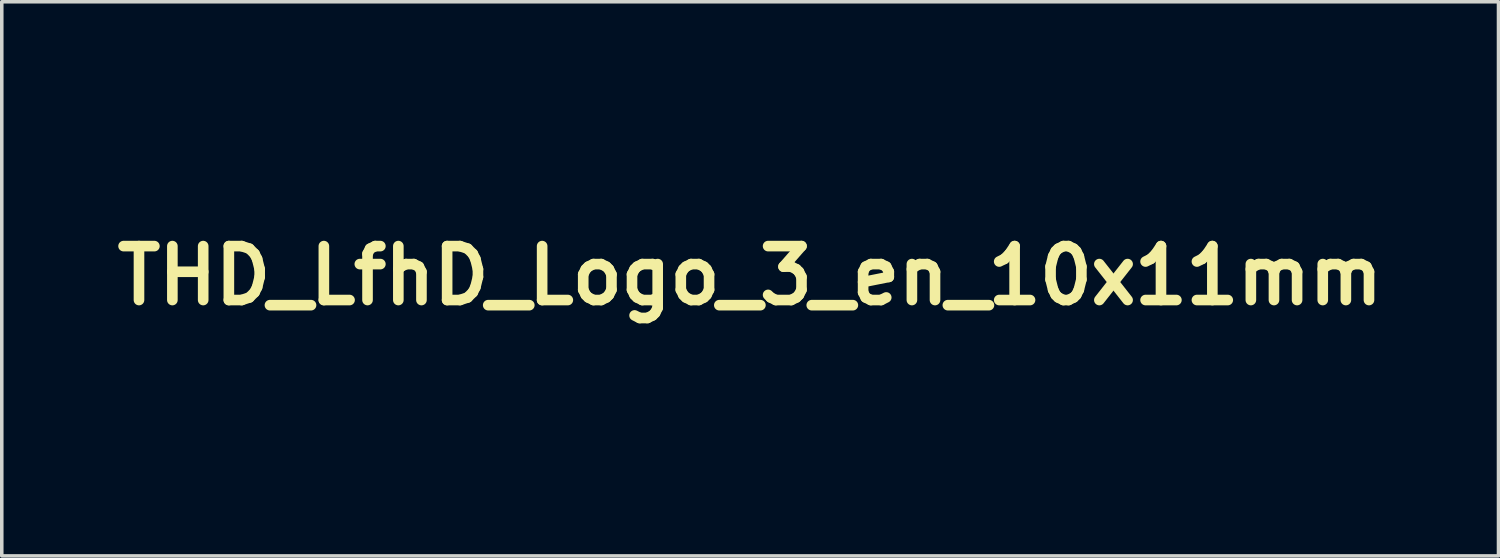
<source format=kicad_pcb>
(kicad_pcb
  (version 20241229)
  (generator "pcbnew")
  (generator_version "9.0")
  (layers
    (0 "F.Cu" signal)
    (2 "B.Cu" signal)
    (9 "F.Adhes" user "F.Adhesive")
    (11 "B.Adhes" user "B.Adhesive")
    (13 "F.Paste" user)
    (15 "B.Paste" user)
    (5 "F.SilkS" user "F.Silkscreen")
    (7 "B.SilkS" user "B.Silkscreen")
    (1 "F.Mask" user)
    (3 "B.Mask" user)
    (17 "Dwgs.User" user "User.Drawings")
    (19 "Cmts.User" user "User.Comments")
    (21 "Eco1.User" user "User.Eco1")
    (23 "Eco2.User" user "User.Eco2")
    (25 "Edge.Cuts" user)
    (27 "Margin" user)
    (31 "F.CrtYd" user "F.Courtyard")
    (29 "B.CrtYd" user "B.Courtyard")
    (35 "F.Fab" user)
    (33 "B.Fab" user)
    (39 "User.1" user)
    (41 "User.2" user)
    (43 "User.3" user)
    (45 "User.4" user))
  (footprint "THD_LfhD_Logo_3_en_10x11mm"
    (layer "F.Cu")
    (at 18.15 4.74)
    (property "Reference" "THD_LfhD_Logo_3_en_10x11mm" (at 0 0 0) (layer "F.SilkS") (effects (font (size 1.524 1.524) (thickness 0.3))))
    (attr through_hole)
    (fp_poly (pts (xy -3.437 -0.597) (xy -3.35 -0.587) (xy -3.35 0.206) (xy -3.437 0.216) (xy -3.524 0.226) (xy -3.524 -0.607) (xy -3.437 -0.597)) (stroke (width 0.01) (type solid)) (fill yes) (layer "F.Mask"))
    (fp_poly (pts (xy 0.214 -0.597) (xy 0.302 -0.587) (xy 0.311 -0.183) (xy 0.319 0.222) (xy 0.127 0.222) (xy 0.127 -0.607) (xy 0.214 -0.597)) (stroke (width 0.01) (type solid)) (fill yes) (layer "F.Mask"))
    (fp_poly (pts (xy -2.177 -0.587) (xy -2.149 -0.561) (xy -2.143 -0.513) (xy -2.139 -0.417) (xy -2.137 -0.287) (xy -2.138 -0.156) (xy -2.143 0.206) (xy -2.23 0.216) (xy -2.318 0.226) (xy -2.318 -0.603) (xy -2.242 -0.603) (xy -2.177 -0.587)) (stroke (width 0.01) (type solid)) (fill yes) (layer "F.Mask"))
    (fp_poly (pts (xy -0.423 -0.601) (xy -0.401 -0.587) (xy -0.388 -0.549) (xy -0.383 -0.476) (xy -0.381 -0.357) (xy -0.381 -0.286) (xy -0.381 0.032) (xy 0.032 0.032) (xy 0.032 0.222) (xy -0.262 0.222) (xy -0.556 0.222) (xy -0.546 -0.19) (xy -0.536 -0.603) (xy -0.459 -0.603) (xy -0.423 -0.601)) (stroke (width 0.01) (type solid)) (fill yes) (layer "F.Mask"))
    (fp_poly (pts (xy -1.333 -0.508) (xy -1.339 -0.447) (xy -1.366 -0.42) (xy -1.433 -0.413) (xy -1.46 -0.413) (xy -1.587 -0.413) (xy -1.587 0.222) (xy -1.746 0.222) (xy -1.746 -0.413) (xy -1.873 -0.413) (xy -1.955 -0.417) (xy -1.991 -0.437) (xy -2 -0.488) (xy -2 -0.508) (xy -2 -0.603) (xy -1.333 -0.603) (xy -1.333 -0.508)) (stroke (width 0.01) (type solid)) (fill yes) (layer "F.Mask"))
    (fp_poly (pts (xy 1.175 -1.905) (xy 1.17 -1.844) (xy 1.143 -1.817) (xy 1.075 -1.81) (xy 1.048 -1.81) (xy 0.921 -1.81) (xy 0.921 -1.175) (xy 0.762 -1.175) (xy 0.762 -1.81) (xy 0.635 -1.81) (xy 0.554 -1.814) (xy 0.517 -1.834) (xy 0.508 -1.885) (xy 0.508 -1.905) (xy 0.508 -2) (xy 1.175 -2) (xy 1.175 -1.905)) (stroke (width 0.01) (type solid)) (fill yes) (layer "F.Mask"))
    (fp_poly (pts (xy 1.651 -4.636) (xy 1.646 -4.574) (xy 1.619 -4.547) (xy 1.551 -4.54) (xy 1.524 -4.54) (xy 1.397 -4.54) (xy 1.397 -3.905) (xy 1.238 -3.905) (xy 1.238 -4.54) (xy 1.111 -4.54) (xy 1.03 -4.544) (xy 0.994 -4.564) (xy 0.984 -4.615) (xy 0.984 -4.636) (xy 0.984 -4.731) (xy 1.651 -4.731) (xy 1.651 -4.636)) (stroke (width 0.01) (type solid)) (fill yes) (layer "F.Mask"))
    (fp_poly (pts (xy -0.826 4.858) (xy -1.36 4.858) (xy -1.538 4.857) (xy -1.694 4.853) (xy -1.816 4.848) (xy -1.893 4.842) (xy -1.916 4.837) (xy -1.92 4.802) (xy -1.924 4.709) (xy -1.927 4.565) (xy -1.93 4.376) (xy -1.933 4.148) (xy -1.935 3.887) (xy -1.936 3.598) (xy -1.937 3.288) (xy -1.937 3.201) (xy -1.937 1.587) (xy -0.826 1.587) (xy -0.826 4.858)) (stroke (width 0.01) (type solid)) (fill yes) (layer "F.Mask"))
    (fp_poly (pts (xy 0.786 2.977) (xy 0.778 4.905) (xy 0.659 4.915) (xy 0.565 4.912) (xy 0.524 4.883) (xy 0.519 4.842) (xy 0.515 4.745) (xy 0.51 4.603) (xy 0.506 4.423) (xy 0.503 4.214) (xy 0.5 3.986) (xy 0.5 3.985) (xy 0.492 3.127) (xy -0.556 3.12) (xy -0.565 2.973) (xy -0.575 2.826) (xy 0.508 2.826) (xy 0.508 1.048) (xy 0.794 1.048) (xy 0.786 2.977)) (stroke (width 0.01) (type solid)) (fill yes) (layer "F.Mask"))
    (fp_poly (pts (xy 1.611 1.055) (xy 2.143 1.064) (xy 2.143 4.874) (xy 1.633 4.882) (xy 1.459 4.884) (xy 1.308 4.883) (xy 1.191 4.879) (xy 1.119 4.874) (xy 1.101 4.869) (xy 1.097 4.834) (xy 1.094 4.741) (xy 1.09 4.596) (xy 1.087 4.404) (xy 1.085 4.171) (xy 1.082 3.903) (xy 1.081 3.604) (xy 1.08 3.281) (xy 1.079 2.947) (xy 1.079 1.046) (xy 1.611 1.055)) (stroke (width 0.01) (type solid)) (fill yes) (layer "F.Mask"))
    (fp_poly (pts (xy 2.572 -0.508) (xy 2.567 -0.447) (xy 2.54 -0.42) (xy 2.472 -0.413) (xy 2.445 -0.413) (xy 2.318 -0.413) (xy 2.318 0.222) (xy 2.127 0.222) (xy 2.127 -0.413) (xy 2.018 -0.413) (xy 1.923 -0.425) (xy 1.882 -0.466) (xy 1.889 -0.54) (xy 1.903 -0.568) (xy 1.932 -0.587) (xy 1.988 -0.597) (xy 2.082 -0.602) (xy 2.227 -0.603) (xy 2.241 -0.603) (xy 2.572 -0.603) (xy 2.572 -0.508)) (stroke (width 0.01) (type solid)) (fill yes) (layer "F.Mask"))
    (fp_poly (pts (xy 3.897 -0.597) (xy 3.948 -0.581) (xy 3.999 -0.539) (xy 4.059 -0.46) (xy 4.127 -0.352) (xy 4.27 -0.116) (xy 4.289 -0.603) (xy 4.477 -0.603) (xy 4.477 0.226) (xy 4.376 0.216) (xy 4.322 0.205) (xy 4.275 0.175) (xy 4.224 0.115) (xy 4.158 0.014) (xy 4.13 -0.032) (xy 3.985 -0.27) (xy 3.975 -0.024) (xy 3.97 0.1) (xy 3.961 0.173) (xy 3.945 0.209) (xy 3.916 0.221) (xy 3.888 0.222) (xy 3.81 0.222) (xy 3.81 -0.607) (xy 3.897 -0.597)) (stroke (width 0.01) (type solid)) (fill yes) (layer "F.Mask"))
    (fp_poly (pts (xy 2.718 -0.602) (xy 2.739 -0.59) (xy 2.752 -0.557) (xy 2.759 -0.495) (xy 2.762 -0.391) (xy 2.762 -0.237) (xy 2.762 -0.191) (xy 2.762 -0.022) (xy 2.76 0.093) (xy 2.754 0.164) (xy 2.742 0.203) (xy 2.724 0.219) (xy 2.696 0.222) (xy 2.688 0.222) (xy 2.621 0.214) (xy 2.593 0.201) (xy 2.582 0.158) (xy 2.575 0.068) (xy 2.573 -0.054) (xy 2.575 -0.191) (xy 2.582 -0.329) (xy 2.592 -0.437) (xy 2.607 -0.534) (xy 2.627 -0.584) (xy 2.662 -0.602) (xy 2.687 -0.603) (xy 2.718 -0.602)) (stroke (width 0.01) (type solid)) (fill yes) (layer "F.Mask"))
    (fp_poly (pts (xy 2.39 -1.988) (xy 2.521 -1.945) (xy 2.606 -1.866) (xy 2.652 -1.745) (xy 2.667 -1.574) (xy 2.667 -1.565) (xy 2.651 -1.408) (xy 2.599 -1.296) (xy 2.505 -1.223) (xy 2.363 -1.185) (xy 2.215 -1.176) (xy 1.968 -1.175) (xy 1.968 -1.81) (xy 2.159 -1.81) (xy 2.159 -1.365) (xy 2.276 -1.365) (xy 2.37 -1.379) (xy 2.445 -1.413) (xy 2.45 -1.418) (xy 2.495 -1.495) (xy 2.507 -1.599) (xy 2.487 -1.7) (xy 2.456 -1.752) (xy 2.374 -1.798) (xy 2.281 -1.81) (xy 2.159 -1.81) (xy 1.968 -1.81) (xy 1.968 -2) (xy 2.208 -2) (xy 2.39 -1.988)) (stroke (width 0.01) (type solid)) (fill yes) (layer "F.Mask"))
    (fp_poly (pts (xy -1.278 -3.328) (xy -1.191 -3.318) (xy -1.184 -2.913) (xy -1.178 -2.508) (xy -1.272 -2.508) (xy -1.327 -2.512) (xy -1.355 -2.534) (xy -1.364 -2.59) (xy -1.365 -2.667) (xy -1.365 -2.826) (xy -1.683 -2.826) (xy -1.683 -2.667) (xy -1.685 -2.573) (xy -1.698 -2.526) (xy -1.731 -2.51) (xy -1.779 -2.508) (xy -1.875 -2.508) (xy -1.866 -2.913) (xy -1.857 -3.318) (xy -1.77 -3.328) (xy -1.719 -3.33) (xy -1.693 -3.312) (xy -1.684 -3.257) (xy -1.683 -3.177) (xy -1.683 -3.016) (xy -1.365 -3.016) (xy -1.365 -3.177) (xy -1.363 -3.272) (xy -1.352 -3.318) (xy -1.321 -3.331) (xy -1.278 -3.328)) (stroke (width 0.01) (type solid)) (fill yes) (layer "F.Mask"))
    (fp_poly (pts (xy -1.079 -1.81) (xy -1.302 -1.81) (xy -1.419 -1.808) (xy -1.485 -1.8) (xy -1.516 -1.783) (xy -1.524 -1.751) (xy -1.524 -1.746) (xy -1.518 -1.712) (xy -1.489 -1.693) (xy -1.424 -1.684) (xy -1.318 -1.683) (xy -1.111 -1.683) (xy -1.111 -1.492) (xy -1.318 -1.492) (xy -1.429 -1.49) (xy -1.492 -1.481) (xy -1.518 -1.461) (xy -1.524 -1.429) (xy -1.518 -1.396) (xy -1.493 -1.377) (xy -1.434 -1.368) (xy -1.329 -1.365) (xy -1.286 -1.365) (xy -1.048 -1.365) (xy -1.048 -1.175) (xy -1.373 -1.175) (xy -1.699 -1.175) (xy -1.692 -1.58) (xy -1.686 -1.984) (xy -1.383 -1.993) (xy -1.079 -2.003) (xy -1.079 -1.81)) (stroke (width 0.01) (type solid)) (fill yes) (layer "F.Mask"))
    (fp_poly (pts (xy -0.826 1.365) (xy -2.667 1.365) (xy -2.667 3.111) (xy -2.667 3.504) (xy -2.668 3.837) (xy -2.67 4.115) (xy -2.672 4.342) (xy -2.676 4.522) (xy -2.68 4.659) (xy -2.685 4.757) (xy -2.692 4.82) (xy -2.7 4.853) (xy -2.707 4.86) (xy -2.765 4.864) (xy -2.848 4.872) (xy -2.923 4.874) (xy -2.966 4.865) (xy -2.967 4.865) (xy -2.97 4.83) (xy -2.973 4.739) (xy -2.976 4.595) (xy -2.979 4.405) (xy -2.981 4.175) (xy -2.983 3.911) (xy -2.984 3.618) (xy -2.984 3.302) (xy -2.985 3.106) (xy -2.985 1.365) (xy -4.826 1.365) (xy -4.826 1.048) (xy -0.826 1.048) (xy -0.826 1.365)) (stroke (width 0.01) (type solid)) (fill yes) (layer "F.Mask"))
    (fp_poly (pts (xy -4.104 -0.602) (xy -3.959 -0.598) (xy -3.861 -0.581) (xy -3.791 -0.544) (xy -3.732 -0.482) (xy -3.705 -0.445) (xy -3.667 -0.348) (xy -3.652 -0.217) (xy -3.66 -0.08) (xy -3.69 0.037) (xy -3.704 0.064) (xy -3.765 0.141) (xy -3.849 0.19) (xy -3.967 0.215) (xy -4.129 0.222) (xy -4.35 0.222) (xy -4.35 -0.413) (xy -4.159 -0.413) (xy -4.159 0.032) (xy -4.043 0.032) (xy -3.948 0.018) (xy -3.873 -0.016) (xy -3.868 -0.021) (xy -3.824 -0.098) (xy -3.811 -0.202) (xy -3.832 -0.303) (xy -3.863 -0.355) (xy -3.944 -0.401) (xy -4.037 -0.413) (xy -4.159 -0.413) (xy -4.35 -0.413) (xy -4.35 -0.603) (xy -4.104 -0.602)) (stroke (width 0.01) (type solid)) (fill yes) (layer "F.Mask"))
    (fp_poly (pts (xy -4.032 -3.24) (xy -4.035 -3.187) (xy -4.055 -3.158) (xy -4.107 -3.144) (xy -4.206 -3.137) (xy -4.215 -3.137) (xy -4.323 -3.127) (xy -4.382 -3.109) (xy -4.406 -3.077) (xy -4.407 -3.072) (xy -4.405 -3.04) (xy -4.372 -3.023) (xy -4.296 -3.017) (xy -4.241 -3.016) (xy -4.14 -3.015) (xy -4.088 -3.005) (xy -4.067 -2.977) (xy -4.064 -2.925) (xy -4.064 -2.921) (xy -4.067 -2.867) (xy -4.086 -2.838) (xy -4.137 -2.827) (xy -4.236 -2.826) (xy -4.239 -2.826) (xy -4.413 -2.826) (xy -4.413 -2.667) (xy -4.415 -2.573) (xy -4.428 -2.526) (xy -4.461 -2.51) (xy -4.508 -2.508) (xy -4.604 -2.508) (xy -4.604 -3.334) (xy -4.032 -3.334) (xy -4.032 -3.24)) (stroke (width 0.01) (type solid)) (fill yes) (layer "F.Mask"))
    (fp_poly (pts (xy 1 -3.329) (xy 1.108 -3.31) (xy 1.182 -3.272) (xy 1.235 -3.209) (xy 1.254 -3.176) (xy 1.285 -3.074) (xy 1.3 -2.944) (xy 1.296 -2.811) (xy 1.274 -2.706) (xy 1.266 -2.689) (xy 1.209 -2.603) (xy 1.134 -2.548) (xy 1.027 -2.519) (xy 0.874 -2.509) (xy 0.849 -2.509) (xy 0.603 -2.508) (xy 0.603 -3.143) (xy 0.794 -3.143) (xy 0.794 -2.699) (xy 0.936 -2.699) (xy 1.036 -2.707) (xy 1.092 -2.735) (xy 1.11 -2.76) (xy 1.139 -2.861) (xy 1.137 -2.974) (xy 1.104 -3.067) (xy 1.09 -3.085) (xy 1.009 -3.132) (xy 0.916 -3.143) (xy 0.794 -3.143) (xy 0.603 -3.143) (xy 0.603 -3.334) (xy 0.843 -3.334) (xy 1 -3.329)) (stroke (width 0.01) (type solid)) (fill yes) (layer "F.Mask"))
    (fp_poly (pts (xy 1.841 -1.813) (xy 1.611 -1.803) (xy 1.487 -1.795) (xy 1.415 -1.782) (xy 1.384 -1.76) (xy 1.381 -1.746) (xy 1.396 -1.719) (xy 1.45 -1.702) (xy 1.552 -1.691) (xy 1.595 -1.689) (xy 1.709 -1.683) (xy 1.773 -1.673) (xy 1.802 -1.652) (xy 1.809 -1.614) (xy 1.81 -1.587) (xy 1.807 -1.539) (xy 1.79 -1.51) (xy 1.745 -1.496) (xy 1.657 -1.489) (xy 1.595 -1.486) (xy 1.476 -1.477) (xy 1.408 -1.462) (xy 1.382 -1.439) (xy 1.381 -1.429) (xy 1.396 -1.402) (xy 1.446 -1.385) (xy 1.544 -1.375) (xy 1.611 -1.372) (xy 1.841 -1.362) (xy 1.841 -1.175) (xy 1.206 -1.175) (xy 1.206 -2) (xy 1.841 -2) (xy 1.841 -1.813)) (stroke (width 0.01) (type solid)) (fill yes) (layer "F.Mask"))
    (fp_poly (pts (xy -3.207 3.239) (xy -3.207 3.605) (xy -3.207 3.913) (xy -3.208 4.168) (xy -3.21 4.374) (xy -3.212 4.537) (xy -3.216 4.662) (xy -3.22 4.754) (xy -3.226 4.818) (xy -3.233 4.858) (xy -3.243 4.881) (xy -3.253 4.891) (xy -3.262 4.892) (xy -3.351 4.895) (xy -3.477 4.898) (xy -3.627 4.899) (xy -3.788 4.9) (xy -3.945 4.901) (xy -4.085 4.9) (xy -4.193 4.898) (xy -4.256 4.896) (xy -4.265 4.895) (xy -4.277 4.889) (xy -4.287 4.872) (xy -4.295 4.84) (xy -4.301 4.787) (xy -4.307 4.708) (xy -4.311 4.598) (xy -4.314 4.453) (xy -4.316 4.266) (xy -4.317 4.033) (xy -4.318 3.75) (xy -4.318 3.41) (xy -4.318 3.236) (xy -4.318 1.587) (xy -3.207 1.587) (xy -3.207 3.239)) (stroke (width 0.01) (type solid)) (fill yes) (layer "F.Mask"))
    (fp_poly (pts (xy 4.731 -3.143) (xy 4.508 -3.143) (xy 4.392 -3.142) (xy 4.325 -3.134) (xy 4.294 -3.116) (xy 4.286 -3.085) (xy 4.286 -3.08) (xy 4.293 -3.045) (xy 4.321 -3.026) (xy 4.386 -3.018) (xy 4.493 -3.016) (xy 4.699 -3.016) (xy 4.699 -2.826) (xy 4.493 -2.826) (xy 4.381 -2.824) (xy 4.319 -2.815) (xy 4.292 -2.795) (xy 4.286 -2.762) (xy 4.292 -2.729) (xy 4.32 -2.71) (xy 4.382 -2.701) (xy 4.493 -2.699) (xy 4.505 -2.699) (xy 4.62 -2.697) (xy 4.687 -2.689) (xy 4.721 -2.67) (xy 4.735 -2.635) (xy 4.738 -2.62) (xy 4.744 -2.554) (xy 4.737 -2.525) (xy 4.7 -2.518) (xy 4.614 -2.512) (xy 4.494 -2.509) (xy 4.408 -2.508) (xy 4.096 -2.508) (xy 4.096 -3.334) (xy 4.731 -3.334) (xy 4.731 -3.143)) (stroke (width 0.01) (type solid)) (fill yes) (layer "F.Mask"))
    (fp_poly (pts (xy -0.999 -4.72) (xy -0.88 -4.665) (xy -0.784 -4.568) (xy -0.73 -4.459) (xy -0.705 -4.299) (xy -0.734 -4.153) (xy -0.81 -4.032) (xy -0.925 -3.946) (xy -1.073 -3.907) (xy -1.109 -3.905) (xy -1.219 -3.914) (xy -1.299 -3.947) (xy -1.36 -3.996) (xy -1.443 -4.097) (xy -1.484 -4.213) (xy -1.486 -4.318) (xy -1.333 -4.318) (xy -1.307 -4.211) (xy -1.237 -4.136) (xy -1.14 -4.099) (xy -1.031 -4.109) (xy -0.96 -4.145) (xy -0.905 -4.21) (xy -0.889 -4.309) (xy -0.912 -4.432) (xy -0.979 -4.51) (xy -1.087 -4.54) (xy -1.1 -4.54) (xy -1.215 -4.513) (xy -1.297 -4.441) (xy -1.333 -4.336) (xy -1.333 -4.318) (xy -1.486 -4.318) (xy -1.488 -4.363) (xy -1.483 -4.407) (xy -1.442 -4.545) (xy -1.36 -4.646) (xy -1.251 -4.71) (xy -1.126 -4.735) (xy -0.999 -4.72)) (stroke (width 0.01) (type solid)) (fill yes) (layer "F.Mask"))
    (fp_poly (pts (xy 2.189 -4.703) (xy 2.312 -4.624) (xy 2.395 -4.498) (xy 2.414 -4.443) (xy 2.429 -4.28) (xy 2.389 -4.128) (xy 2.301 -4.003) (xy 2.283 -3.987) (xy 2.157 -3.919) (xy 2.012 -3.901) (xy 1.87 -3.933) (xy 1.781 -3.987) (xy 1.685 -4.107) (xy 1.638 -4.256) (xy 1.64 -4.302) (xy 1.813 -4.302) (xy 1.841 -4.197) (xy 1.859 -4.166) (xy 1.933 -4.111) (xy 2.032 -4.095) (xy 2.133 -4.119) (xy 2.191 -4.159) (xy 2.241 -4.249) (xy 2.251 -4.358) (xy 2.22 -4.458) (xy 2.202 -4.482) (xy 2.124 -4.527) (xy 2.021 -4.539) (xy 1.919 -4.519) (xy 1.868 -4.488) (xy 1.822 -4.408) (xy 1.813 -4.302) (xy 1.64 -4.302) (xy 1.644 -4.418) (xy 1.65 -4.443) (xy 1.718 -4.585) (xy 1.827 -4.681) (xy 1.973 -4.727) (xy 2.032 -4.731) (xy 2.189 -4.703)) (stroke (width 0.01) (type solid)) (fill yes) (layer "F.Mask"))
    (fp_poly (pts (xy 3.975 -4.725) (xy 4 -4.711) (xy 3.985 -4.677) (xy 3.943 -4.603) (xy 3.883 -4.503) (xy 3.858 -4.463) (xy 3.784 -4.338) (xy 3.74 -4.245) (xy 3.72 -4.161) (xy 3.715 -4.069) (xy 3.712 -3.973) (xy 3.7 -3.924) (xy 3.67 -3.907) (xy 3.635 -3.905) (xy 3.59 -3.91) (xy 3.566 -3.934) (xy 3.557 -3.993) (xy 3.556 -4.08) (xy 3.552 -4.176) (xy 3.533 -4.257) (xy 3.493 -4.345) (xy 3.424 -4.459) (xy 3.413 -4.477) (xy 3.348 -4.581) (xy 3.298 -4.663) (xy 3.272 -4.71) (xy 3.27 -4.715) (xy 3.298 -4.726) (xy 3.364 -4.731) (xy 3.428 -4.721) (xy 3.479 -4.681) (xy 3.536 -4.598) (xy 3.542 -4.588) (xy 3.593 -4.507) (xy 3.632 -4.456) (xy 3.646 -4.445) (xy 3.672 -4.471) (xy 3.714 -4.536) (xy 3.743 -4.588) (xy 3.796 -4.676) (xy 3.844 -4.719) (xy 3.904 -4.731) (xy 3.91 -4.731) (xy 3.975 -4.725)) (stroke (width 0.01) (type solid)) (fill yes) (layer "F.Mask"))
    (fp_poly (pts (xy -3.418 -3.326) (xy -3.339 -3.295) (xy -3.257 -3.227) (xy -3.194 -3.163) (xy -3.16 -3.106) (xy -3.146 -3.033) (xy -3.143 -2.921) (xy -3.146 -2.808) (xy -3.16 -2.735) (xy -3.194 -2.679) (xy -3.257 -2.615) (xy -3.34 -2.547) (xy -3.418 -2.516) (xy -3.524 -2.508) (xy -3.631 -2.516) (xy -3.709 -2.547) (xy -3.792 -2.615) (xy -3.855 -2.679) (xy -3.889 -2.736) (xy -3.903 -2.809) (xy -3.905 -2.921) (xy -3.747 -2.921) (xy -3.733 -2.821) (xy -3.688 -2.757) (xy -3.676 -2.748) (xy -3.568 -2.704) (xy -3.455 -2.71) (xy -3.365 -2.762) (xy -3.307 -2.858) (xy -3.301 -2.96) (xy -3.341 -3.053) (xy -3.419 -3.119) (xy -3.524 -3.143) (xy -3.641 -3.118) (xy -3.717 -3.045) (xy -3.746 -2.931) (xy -3.747 -2.921) (xy -3.905 -2.921) (xy -3.903 -3.034) (xy -3.888 -3.107) (xy -3.854 -3.163) (xy -3.792 -3.227) (xy -3.709 -3.295) (xy -3.63 -3.326) (xy -3.524 -3.334) (xy -3.418 -3.326)) (stroke (width 0.01) (type solid)) (fill yes) (layer "F.Mask"))
    (fp_poly (pts (xy 3.388 -0.595) (xy 3.468 -0.56) (xy 3.548 -0.495) (xy 3.614 -0.431) (xy 3.649 -0.374) (xy 3.663 -0.303) (xy 3.666 -0.192) (xy 3.666 -0.191) (xy 3.663 -0.079) (xy 3.649 -0.007) (xy 3.614 0.049) (xy 3.549 0.113) (xy 3.548 0.114) (xy 3.462 0.183) (xy 3.383 0.215) (xy 3.279 0.222) (xy 3.152 0.209) (xy 3.059 0.163) (xy 3.043 0.151) (xy 2.946 0.044) (xy 2.898 -0.079) (xy 2.889 -0.19) (xy 2.889 -0.191) (xy 3.048 -0.191) (xy 3.075 -0.083) (xy 3.144 -0.008) (xy 3.241 0.028) (xy 3.35 0.018) (xy 3.422 -0.018) (xy 3.477 -0.083) (xy 3.493 -0.182) (xy 3.469 -0.304) (xy 3.403 -0.382) (xy 3.295 -0.412) (xy 3.281 -0.413) (xy 3.166 -0.386) (xy 3.085 -0.314) (xy 3.049 -0.208) (xy 3.048 -0.191) (xy 2.889 -0.191) (xy 2.914 -0.357) (xy 2.986 -0.485) (xy 3.102 -0.568) (xy 3.256 -0.602) (xy 3.285 -0.603) (xy 3.388 -0.595)) (stroke (width 0.01) (type solid)) (fill yes) (layer "F.Mask"))
    (fp_poly (pts (xy -2.718 -0.597) (xy -2.644 -0.572) (xy -2.576 -0.517) (xy -2.569 -0.51) (xy -2.5 -0.432) (xy -2.481 -0.377) (xy -2.511 -0.335) (xy -2.543 -0.316) (xy -2.601 -0.298) (xy -2.652 -0.327) (xy -2.671 -0.347) (xy -2.762 -0.401) (xy -2.872 -0.407) (xy -2.977 -0.363) (xy -3.031 -0.292) (xy -3.05 -0.192) (xy -3.035 -0.091) (xy -2.99 -0.021) (xy -2.933 0.007) (xy -2.849 0.026) (xy -2.758 0.033) (xy -2.681 0.028) (xy -2.638 0.009) (xy -2.635 0) (xy -2.663 -0.022) (xy -2.729 -0.032) (xy -2.731 -0.032) (xy -2.798 -0.04) (xy -2.823 -0.077) (xy -2.826 -0.127) (xy -2.826 -0.222) (xy -2.445 -0.222) (xy -2.445 -0.109) (xy -2.453 -0.015) (xy -2.475 0.06) (xy -2.476 0.063) (xy -2.546 0.135) (xy -2.658 0.19) (xy -2.791 0.22) (xy -2.844 0.222) (xy -2.946 0.212) (xy -3.028 0.171) (xy -3.091 0.118) (xy -3.193 -0.016) (xy -3.235 -0.161) (xy -3.217 -0.309) (xy -3.139 -0.451) (xy -3.097 -0.497) (xy -3.023 -0.562) (xy -2.953 -0.594) (xy -2.857 -0.603) (xy -2.826 -0.603) (xy -2.718 -0.597)) (stroke (width 0.01) (type solid)) (fill yes) (layer "F.Mask"))
    (fp_poly (pts (xy -1.023 -0.584) (xy -0.991 -0.569) (xy -0.96 -0.533) (xy -0.925 -0.465) (xy -0.878 -0.357) (xy -0.818 -0.207) (xy -0.761 -0.062) (xy -0.714 0.061) (xy -0.681 0.151) (xy -0.667 0.196) (xy -0.667 0.198) (xy -0.694 0.216) (xy -0.745 0.222) (xy -0.82 0.198) (xy -0.873 0.127) (xy -0.912 0.067) (xy -0.961 0.039) (xy -1.045 0.032) (xy -1.067 0.032) (xy -1.159 0.036) (xy -1.209 0.057) (xy -1.239 0.105) (xy -1.248 0.127) (xy -1.289 0.197) (xy -1.351 0.221) (xy -1.372 0.222) (xy -1.436 0.22) (xy -1.46 0.214) (xy -1.45 0.183) (xy -1.42 0.104) (xy -1.376 -0.012) (xy -1.322 -0.154) (xy -1.308 -0.191) (xy -1.305 -0.199) (xy -1.136 -0.199) (xy -1.133 -0.167) (xy -1.093 -0.159) (xy -1.061 -0.159) (xy -1.004 -0.167) (xy -0.995 -0.203) (xy -1.002 -0.23) (xy -1.036 -0.312) (xy -1.07 -0.331) (xy -1.104 -0.287) (xy -1.11 -0.273) (xy -1.136 -0.199) (xy -1.305 -0.199) (xy -1.246 -0.351) (xy -1.2 -0.461) (xy -1.165 -0.53) (xy -1.135 -0.568) (xy -1.104 -0.584) (xy -1.066 -0.587) (xy -1.062 -0.587) (xy -1.023 -0.584)) (stroke (width 0.01) (type solid)) (fill yes) (layer "F.Mask"))
    (fp_poly (pts (xy 2.818 -3.315) (xy 2.85 -3.301) (xy 2.881 -3.265) (xy 2.916 -3.198) (xy 2.962 -3.091) (xy 3.024 -2.938) (xy 3.081 -2.793) (xy 3.128 -2.67) (xy 3.161 -2.58) (xy 3.175 -2.535) (xy 3.175 -2.533) (xy 3.147 -2.515) (xy 3.082 -2.508) (xy 3.013 -2.519) (xy 2.979 -2.566) (xy 2.969 -2.603) (xy 2.952 -2.66) (xy 2.921 -2.688) (xy 2.857 -2.698) (xy 2.789 -2.699) (xy 2.692 -2.695) (xy 2.639 -2.679) (xy 2.609 -2.639) (xy 2.594 -2.603) (xy 2.553 -2.533) (xy 2.491 -2.509) (xy 2.47 -2.508) (xy 2.406 -2.511) (xy 2.382 -2.516) (xy 2.393 -2.547) (xy 2.422 -2.626) (xy 2.465 -2.742) (xy 2.519 -2.884) (xy 2.533 -2.921) (xy 2.537 -2.931) (xy 2.706 -2.931) (xy 2.708 -2.898) (xy 2.745 -2.889) (xy 2.778 -2.889) (xy 2.837 -2.897) (xy 2.856 -2.913) (xy 2.841 -2.956) (xy 2.811 -3.016) (xy 2.767 -3.096) (xy 2.733 -3.006) (xy 2.706 -2.931) (xy 2.537 -2.931) (xy 2.595 -3.081) (xy 2.64 -3.191) (xy 2.674 -3.26) (xy 2.704 -3.298) (xy 2.735 -3.314) (xy 2.773 -3.318) (xy 2.778 -3.318) (xy 2.818 -3.315)) (stroke (width 0.01) (type solid)) (fill yes) (layer "F.Mask"))
    (fp_poly (pts (xy -3.651 -4.096) (xy -3.444 -4.096) (xy -3.33 -4.093) (xy -3.264 -4.083) (xy -3.228 -4.06) (xy -3.209 -4.024) (xy -3.185 -3.979) (xy -3.167 -3.992) (xy -3.163 -4) (xy -3.145 -4.048) (xy -3.11 -4.142) (xy -3.063 -4.266) (xy -3.033 -4.348) (xy -2.855 -4.348) (xy -2.844 -4.301) (xy -2.8 -4.286) (xy -2.794 -4.286) (xy -2.743 -4.303) (xy -2.732 -4.326) (xy -2.747 -4.382) (xy -2.775 -4.441) (xy -2.816 -4.516) (xy -2.836 -4.441) (xy -2.855 -4.348) (xy -3.033 -4.348) (xy -3.02 -4.381) (xy -2.965 -4.527) (xy -2.924 -4.623) (xy -2.891 -4.681) (xy -2.859 -4.71) (xy -2.821 -4.722) (xy -2.804 -4.724) (xy -2.766 -4.726) (xy -2.736 -4.717) (xy -2.708 -4.687) (xy -2.675 -4.628) (xy -2.633 -4.531) (xy -2.576 -4.387) (xy -2.55 -4.32) (xy -2.389 -3.905) (xy -2.482 -3.905) (xy -2.555 -3.919) (xy -2.597 -3.971) (xy -2.608 -4) (xy -2.634 -4.058) (xy -2.671 -4.086) (xy -2.74 -4.095) (xy -2.799 -4.096) (xy -2.894 -4.092) (xy -2.946 -4.076) (xy -2.976 -4.036) (xy -2.989 -4) (xy -3.022 -3.905) (xy -3.81 -3.905) (xy -3.81 -4.731) (xy -3.651 -4.731) (xy -3.651 -4.096)) (stroke (width 0.01) (type solid)) (fill yes) (layer "F.Mask"))
    (fp_poly (pts (xy -2.61 -3.332) (xy -2.521 -3.324) (xy -2.463 -3.307) (xy -2.418 -3.277) (xy -2.396 -3.256) (xy -2.342 -3.181) (xy -2.318 -3.107) (xy -2.318 -3.104) (xy -2.339 -3.012) (xy -2.391 -2.934) (xy -2.459 -2.892) (xy -2.479 -2.889) (xy -2.508 -2.883) (xy -2.506 -2.857) (xy -2.47 -2.801) (xy -2.414 -2.728) (xy -2.348 -2.64) (xy -2.302 -2.571) (xy -2.286 -2.537) (xy -2.313 -2.516) (xy -2.373 -2.508) (xy -2.437 -2.522) (xy -2.5 -2.571) (xy -2.572 -2.659) (xy -2.649 -2.748) (xy -2.72 -2.806) (xy -2.755 -2.82) (xy -2.797 -2.82) (xy -2.818 -2.796) (xy -2.825 -2.732) (xy -2.826 -2.669) (xy -2.828 -2.574) (xy -2.84 -2.527) (xy -2.873 -2.51) (xy -2.921 -2.508) (xy -3.016 -2.508) (xy -3.016 -3.078) (xy -2.826 -3.078) (xy -2.819 -3.039) (xy -2.786 -3.022) (xy -2.713 -3.02) (xy -2.675 -3.022) (xy -2.576 -3.035) (xy -2.526 -3.061) (xy -2.514 -3.088) (xy -2.517 -3.121) (xy -2.552 -3.138) (xy -2.633 -3.143) (xy -2.665 -3.143) (xy -2.761 -3.14) (xy -2.809 -3.126) (xy -2.825 -3.096) (xy -2.826 -3.078) (xy -3.016 -3.078) (xy -3.016 -3.334) (xy -2.745 -3.334) (xy -2.61 -3.332)) (stroke (width 0.01) (type solid)) (fill yes) (layer "F.Mask"))
    (fp_poly (pts (xy -0.724 -3.328) (xy -0.715 -3.327) (xy -0.674 -3.32) (xy -0.641 -3.301) (xy -0.609 -3.26) (xy -0.572 -3.188) (xy -0.524 -3.075) (xy -0.468 -2.938) (xy -0.412 -2.793) (xy -0.365 -2.67) (xy -0.332 -2.58) (xy -0.318 -2.535) (xy -0.318 -2.533) (xy -0.345 -2.515) (xy -0.41 -2.508) (xy -0.48 -2.519) (xy -0.514 -2.566) (xy -0.524 -2.603) (xy -0.541 -2.66) (xy -0.572 -2.688) (xy -0.636 -2.698) (xy -0.703 -2.699) (xy -0.798 -2.695) (xy -0.851 -2.679) (xy -0.88 -2.639) (xy -0.894 -2.603) (xy -0.931 -2.534) (xy -0.99 -2.51) (xy -1.022 -2.508) (xy -1.085 -2.515) (xy -1.106 -2.532) (xy -1.106 -2.533) (xy -1.092 -2.57) (xy -1.06 -2.655) (xy -1.015 -2.776) (xy -0.962 -2.92) (xy -0.959 -2.929) (xy -0.787 -2.929) (xy -0.784 -2.897) (xy -0.743 -2.889) (xy -0.712 -2.889) (xy -0.655 -2.897) (xy -0.645 -2.933) (xy -0.652 -2.961) (xy -0.687 -3.043) (xy -0.721 -3.062) (xy -0.755 -3.018) (xy -0.761 -3.003) (xy -0.787 -2.929) (xy -0.959 -2.929) (xy -0.953 -2.947) (xy -0.894 -3.105) (xy -0.851 -3.213) (xy -0.819 -3.28) (xy -0.791 -3.315) (xy -0.761 -3.328) (xy -0.724 -3.328)) (stroke (width 0.01) (type solid)) (fill yes) (layer "F.Mask"))
    (fp_poly (pts (xy 0.184 -3.332) (xy 0.273 -3.324) (xy 0.331 -3.307) (xy 0.376 -3.277) (xy 0.398 -3.256) (xy 0.452 -3.181) (xy 0.476 -3.107) (xy 0.476 -3.104) (xy 0.455 -3.012) (xy 0.403 -2.934) (xy 0.335 -2.892) (xy 0.315 -2.889) (xy 0.286 -2.883) (xy 0.288 -2.857) (xy 0.324 -2.801) (xy 0.38 -2.728) (xy 0.446 -2.64) (xy 0.492 -2.571) (xy 0.508 -2.537) (xy 0.481 -2.516) (xy 0.421 -2.508) (xy 0.357 -2.522) (xy 0.294 -2.571) (xy 0.222 -2.659) (xy 0.145 -2.748) (xy 0.074 -2.806) (xy 0.039 -2.82) (xy -0.003 -2.82) (xy -0.024 -2.796) (xy -0.031 -2.732) (xy -0.032 -2.669) (xy -0.034 -2.574) (xy -0.046 -2.527) (xy -0.079 -2.51) (xy -0.127 -2.508) (xy -0.222 -2.508) (xy -0.222 -3.078) (xy -0.032 -3.078) (xy -0.025 -3.039) (xy 0.008 -3.022) (xy 0.081 -3.02) (xy 0.119 -3.022) (xy 0.218 -3.035) (xy 0.268 -3.061) (xy 0.28 -3.088) (xy 0.277 -3.121) (xy 0.242 -3.138) (xy 0.161 -3.143) (xy 0.129 -3.143) (xy 0.033 -3.14) (xy -0.015 -3.126) (xy -0.031 -3.096) (xy -0.032 -3.078) (xy -0.222 -3.078) (xy -0.222 -3.334) (xy 0.049 -3.334) (xy 0.184 -3.332)) (stroke (width 0.01) (type solid)) (fill yes) (layer "F.Mask"))
    (fp_poly (pts (xy 3.69 -3.333) (xy 3.779 -3.327) (xy 3.834 -3.312) (xy 3.872 -3.285) (xy 3.903 -3.25) (xy 3.949 -3.171) (xy 3.969 -3.099) (xy 3.969 -3.098) (xy 3.95 -3.018) (xy 3.904 -2.942) (xy 3.848 -2.895) (xy 3.824 -2.889) (xy 3.79 -2.884) (xy 3.784 -2.863) (xy 3.811 -2.815) (xy 3.873 -2.73) (xy 3.889 -2.708) (xy 3.961 -2.609) (xy 3.993 -2.55) (xy 3.984 -2.519) (xy 3.938 -2.509) (xy 3.913 -2.508) (xy 3.85 -2.522) (xy 3.786 -2.571) (xy 3.714 -2.659) (xy 3.638 -2.748) (xy 3.566 -2.806) (xy 3.532 -2.82) (xy 3.49 -2.82) (xy 3.469 -2.796) (xy 3.461 -2.732) (xy 3.461 -2.669) (xy 3.459 -2.574) (xy 3.446 -2.527) (xy 3.414 -2.51) (xy 3.365 -2.508) (xy 3.27 -2.508) (xy 3.27 -3.07) (xy 3.466 -3.07) (xy 3.468 -3.036) (xy 3.499 -3.021) (xy 3.574 -3.02) (xy 3.609 -3.022) (xy 3.708 -3.035) (xy 3.758 -3.059) (xy 3.773 -3.09) (xy 3.771 -3.124) (xy 3.74 -3.139) (xy 3.665 -3.139) (xy 3.63 -3.137) (xy 3.531 -3.125) (xy 3.481 -3.1) (xy 3.466 -3.07) (xy 3.27 -3.07) (xy 3.27 -3.334) (xy 3.554 -3.334) (xy 3.69 -3.333)) (stroke (width 0.01) (type solid)) (fill yes) (layer "F.Mask"))
    (fp_poly (pts (xy -2.027 -1.994) (xy -1.975 -1.98) (xy -1.938 -1.953) (xy -1.908 -1.918) (xy -1.859 -1.823) (xy -1.845 -1.723) (xy -1.864 -1.634) (xy -1.912 -1.573) (xy -1.97 -1.556) (xy -2.021 -1.549) (xy -2.032 -1.541) (xy -2.014 -1.509) (xy -1.968 -1.443) (xy -1.905 -1.358) (xy -1.778 -1.191) (xy -1.881 -1.18) (xy -1.971 -1.186) (xy -2.016 -1.225) (xy -2.082 -1.321) (xy -2.16 -1.407) (xy -2.235 -1.469) (xy -2.289 -1.492) (xy -2.326 -1.483) (xy -2.344 -1.444) (xy -2.349 -1.362) (xy -2.349 -1.333) (xy -2.352 -1.239) (xy -2.365 -1.192) (xy -2.397 -1.176) (xy -2.429 -1.175) (xy -2.489 -1.183) (xy -2.51 -1.199) (xy -2.511 -1.238) (xy -2.511 -1.327) (xy -2.512 -1.454) (xy -2.512 -1.603) (xy -2.512 -1.746) (xy -2.349 -1.746) (xy -2.341 -1.708) (xy -2.305 -1.689) (xy -2.225 -1.683) (xy -2.194 -1.683) (xy -2.08 -1.692) (xy -2.025 -1.721) (xy -2.022 -1.727) (xy -2.015 -1.772) (xy -2.046 -1.798) (xy -2.124 -1.808) (xy -2.196 -1.81) (xy -2.289 -1.806) (xy -2.335 -1.791) (xy -2.349 -1.758) (xy -2.349 -1.746) (xy -2.512 -1.746) (xy -2.512 -1.984) (xy -2.243 -1.994) (xy -2.112 -1.997) (xy -2.027 -1.994)) (stroke (width 0.01) (type solid)) (fill yes) (layer "F.Mask"))
    (fp_poly (pts (xy -1.813 -4.722) (xy -1.756 -4.707) (xy -1.711 -4.678) (xy -1.694 -4.663) (xy -1.63 -4.568) (xy -1.628 -4.467) (xy -1.664 -4.396) (xy -1.69 -4.347) (xy -1.676 -4.299) (xy -1.646 -4.257) (xy -1.603 -4.156) (xy -1.619 -4.047) (xy -1.674 -3.961) (xy -1.711 -3.933) (xy -1.769 -3.916) (xy -1.863 -3.908) (xy -2.006 -3.905) (xy -2.016 -3.905) (xy -2.308 -3.905) (xy -2.306 -4.151) (xy -2.121 -4.151) (xy -2.119 -4.119) (xy -2.086 -4.102) (xy -2.01 -4.096) (xy -1.955 -4.096) (xy -1.853 -4.098) (xy -1.8 -4.11) (xy -1.78 -4.136) (xy -1.778 -4.161) (xy -1.785 -4.199) (xy -1.814 -4.216) (xy -1.883 -4.219) (xy -1.944 -4.216) (xy -2.048 -4.205) (xy -2.103 -4.184) (xy -2.121 -4.151) (xy -2.306 -4.151) (xy -2.305 -4.31) (xy -2.304 -4.458) (xy -2.118 -4.458) (xy -2.066 -4.425) (xy -1.959 -4.413) (xy -1.951 -4.413) (xy -1.862 -4.418) (xy -1.821 -4.435) (xy -1.81 -4.474) (xy -1.81 -4.477) (xy -1.819 -4.517) (xy -1.858 -4.535) (xy -1.944 -4.54) (xy -1.951 -4.54) (xy -2.04 -4.534) (xy -2.101 -4.517) (xy -2.111 -4.508) (xy -2.118 -4.458) (xy -2.304 -4.458) (xy -2.302 -4.715) (xy -2.035 -4.724) (xy -1.901 -4.727) (xy -1.813 -4.722)) (stroke (width 0.01) (type solid)) (fill yes) (layer "F.Mask"))
    (fp_poly (pts (xy 2.532 1.058) (xy 2.769 1.1) (xy 2.976 1.161) (xy 3.186 1.252) (xy 3.231 1.274) (xy 3.479 1.426) (xy 3.71 1.621) (xy 3.915 1.846) (xy 4.083 2.091) (xy 4.207 2.344) (xy 4.265 2.539) (xy 4.283 2.665) (xy 4.293 2.829) (xy 4.295 3.009) (xy 4.29 3.186) (xy 4.278 3.337) (xy 4.264 3.423) (xy 4.167 3.697) (xy 4.017 3.964) (xy 3.823 4.213) (xy 3.594 4.434) (xy 3.34 4.615) (xy 3.111 4.73) (xy 3.005 4.773) (xy 2.914 4.81) (xy 2.873 4.827) (xy 2.808 4.843) (xy 2.705 4.86) (xy 2.611 4.871) (xy 2.413 4.889) (xy 2.413 4.614) (xy 2.596 4.573) (xy 2.849 4.507) (xy 3.056 4.433) (xy 3.233 4.341) (xy 3.396 4.223) (xy 3.516 4.118) (xy 3.716 3.887) (xy 3.864 3.627) (xy 3.96 3.346) (xy 4.002 3.053) (xy 3.99 2.757) (xy 3.922 2.466) (xy 3.799 2.189) (xy 3.733 2.084) (xy 3.616 1.938) (xy 3.471 1.796) (xy 3.311 1.665) (xy 3.148 1.556) (xy 2.993 1.475) (xy 2.86 1.433) (xy 2.814 1.429) (xy 2.746 1.417) (xy 2.715 1.397) (xy 2.674 1.378) (xy 2.593 1.366) (xy 2.554 1.365) (xy 2.413 1.365) (xy 2.413 1.041) (xy 2.532 1.058)) (stroke (width 0.01) (type solid)) (fill yes) (layer "F.Mask"))
    (fp_poly (pts (xy -0.762 -1.365) (xy -0.556 -1.365) (xy -0.444 -1.363) (xy -0.382 -1.354) (xy -0.355 -1.334) (xy -0.349 -1.302) (xy -0.341 -1.245) (xy -0.316 -1.246) (xy -0.276 -1.304) (xy -0.225 -1.415) (xy -0.191 -1.5) (xy -0.14 -1.634) (xy 0.032 -1.634) (xy 0.047 -1.577) (xy 0.095 -1.556) (xy 0.147 -1.57) (xy 0.159 -1.59) (xy 0.145 -1.643) (xy 0.124 -1.689) (xy 0.092 -1.732) (xy 0.066 -1.719) (xy 0.061 -1.711) (xy 0.032 -1.634) (xy -0.14 -1.634) (xy -0.14 -1.635) (xy -0.093 -1.76) (xy -0.057 -1.855) (xy -0.05 -1.873) (xy -0.007 -1.953) (xy 0.052 -1.988) (xy 0.084 -1.994) (xy 0.122 -1.995) (xy 0.153 -1.985) (xy 0.182 -1.952) (xy 0.215 -1.889) (xy 0.259 -1.787) (xy 0.32 -1.635) (xy 0.326 -1.619) (xy 0.382 -1.473) (xy 0.429 -1.347) (xy 0.462 -1.255) (xy 0.476 -1.207) (xy 0.476 -1.205) (xy 0.449 -1.182) (xy 0.395 -1.175) (xy 0.329 -1.192) (xy 0.287 -1.255) (xy 0.281 -1.27) (xy 0.256 -1.327) (xy 0.218 -1.355) (xy 0.149 -1.365) (xy 0.09 -1.365) (xy -0.005 -1.362) (xy -0.057 -1.345) (xy -0.086 -1.305) (xy -0.1 -1.27) (xy -0.133 -1.175) (xy -0.921 -1.175) (xy -0.921 -2) (xy -0.762 -2) (xy -0.762 -1.365)) (stroke (width 0.01) (type solid)) (fill yes) (layer "F.Mask"))
    (fp_poly (pts (xy 2.979 -4.726) (xy 3.086 -4.71) (xy 3.155 -4.674) (xy 3.197 -4.614) (xy 3.224 -4.532) (xy 3.224 -4.445) (xy 3.191 -4.361) (xy 3.139 -4.301) (xy 3.095 -4.286) (xy 3.06 -4.282) (xy 3.054 -4.26) (xy 3.08 -4.213) (xy 3.142 -4.128) (xy 3.159 -4.105) (xy 3.231 -4.006) (xy 3.262 -3.947) (xy 3.254 -3.916) (xy 3.208 -3.906) (xy 3.183 -3.905) (xy 3.119 -3.919) (xy 3.056 -3.968) (xy 2.984 -4.056) (xy 2.908 -4.145) (xy 2.836 -4.203) (xy 2.802 -4.217) (xy 2.76 -4.217) (xy 2.739 -4.193) (xy 2.731 -4.129) (xy 2.731 -4.066) (xy 2.728 -3.971) (xy 2.715 -3.923) (xy 2.684 -3.907) (xy 2.656 -3.905) (xy 2.59 -3.913) (xy 2.561 -3.926) (xy 2.553 -3.965) (xy 2.546 -4.053) (xy 2.542 -4.18) (xy 2.54 -4.33) (xy 2.54 -4.339) (xy 2.54 -4.477) (xy 2.731 -4.477) (xy 2.739 -4.439) (xy 2.774 -4.42) (xy 2.853 -4.414) (xy 2.889 -4.413) (xy 2.984 -4.417) (xy 3.032 -4.431) (xy 3.047 -4.462) (xy 3.048 -4.477) (xy 3.04 -4.515) (xy 3.004 -4.534) (xy 2.926 -4.54) (xy 2.889 -4.54) (xy 2.794 -4.537) (xy 2.747 -4.523) (xy 2.731 -4.491) (xy 2.731 -4.477) (xy 2.54 -4.477) (xy 2.54 -4.731) (xy 2.821 -4.731) (xy 2.979 -4.726)) (stroke (width 0.01) (type solid)) (fill yes) (layer "F.Mask"))
    (fp_poly (pts (xy 2.079 -3.081) (xy 2.108 -2.964) (xy 2.134 -2.875) (xy 2.153 -2.829) (xy 2.157 -2.826) (xy 2.171 -2.855) (xy 2.193 -2.931) (xy 2.217 -3.04) (xy 2.223 -3.072) (xy 2.248 -3.195) (xy 2.27 -3.27) (xy 2.295 -3.308) (xy 2.331 -3.324) (xy 2.357 -3.328) (xy 2.403 -3.331) (xy 2.431 -3.321) (xy 2.439 -3.287) (xy 2.43 -3.219) (xy 2.405 -3.106) (xy 2.379 -3.006) (xy 2.333 -2.82) (xy 2.299 -2.688) (xy 2.273 -2.599) (xy 2.252 -2.545) (xy 2.231 -2.518) (xy 2.207 -2.509) (xy 2.177 -2.508) (xy 2.159 -2.508) (xy 2.12 -2.509) (xy 2.092 -2.516) (xy 2.069 -2.54) (xy 2.047 -2.591) (xy 2.021 -2.678) (xy 1.986 -2.811) (xy 1.959 -2.918) (xy 1.93 -3.017) (xy 1.907 -3.055) (xy 1.886 -3.031) (xy 1.862 -2.948) (xy 1.86 -2.937) (xy 1.838 -2.85) (xy 1.807 -2.736) (xy 1.79 -2.675) (xy 1.759 -2.578) (xy 1.729 -2.528) (xy 1.688 -2.51) (xy 1.651 -2.508) (xy 1.58 -2.516) (xy 1.545 -2.532) (xy 1.53 -2.577) (xy 1.512 -2.657) (xy 1.507 -2.683) (xy 1.488 -2.778) (xy 1.459 -2.907) (xy 1.426 -3.043) (xy 1.425 -3.048) (xy 1.392 -3.182) (xy 1.375 -3.266) (xy 1.374 -3.311) (xy 1.391 -3.33) (xy 1.428 -3.334) (xy 1.456 -3.334) (xy 1.515 -3.327) (xy 1.546 -3.296) (xy 1.565 -3.223) (xy 1.569 -3.199) (xy 1.592 -3.075) (xy 1.621 -2.951) (xy 1.625 -2.937) (xy 1.66 -2.81) (xy 1.73 -3.064) (xy 1.765 -3.188) (xy 1.792 -3.264) (xy 1.82 -3.304) (xy 1.858 -3.321) (xy 1.91 -3.327) (xy 2.021 -3.337) (xy 2.079 -3.081)) (stroke (width 0.01) (type solid)) (fill yes) (layer "F.Mask"))
    (fp_poly (pts (xy 0.886 -0.602) (xy 0.975 -0.598) (xy 1.024 -0.587) (xy 1.044 -0.568) (xy 1.048 -0.542) (xy 1.029 -0.49) (xy 0.98 -0.404) (xy 0.91 -0.298) (xy 0.873 -0.248) (xy 0.796 -0.144) (xy 0.737 -0.058) (xy 0.703 -0.004) (xy 0.699 0.008) (xy 0.727 0.02) (xy 0.802 0.029) (xy 0.887 0.032) (xy 0.993 0.034) (xy 1.051 0.045) (xy 1.077 0.069) (xy 1.085 0.103) (xy 1.099 0.108) (xy 1.131 0.055) (xy 1.18 -0.054) (xy 1.228 -0.178) (xy 1.408 -0.178) (xy 1.443 -0.16) (xy 1.474 -0.159) (xy 1.535 -0.162) (xy 1.556 -0.17) (xy 1.546 -0.204) (xy 1.523 -0.274) (xy 1.52 -0.285) (xy 1.492 -0.346) (xy 1.466 -0.351) (xy 1.437 -0.298) (xy 1.415 -0.23) (xy 1.408 -0.178) (xy 1.228 -0.178) (xy 1.239 -0.206) (xy 1.299 -0.363) (xy 1.343 -0.469) (xy 1.377 -0.535) (xy 1.406 -0.571) (xy 1.438 -0.585) (xy 1.477 -0.587) (xy 1.517 -0.585) (xy 1.549 -0.57) (xy 1.579 -0.534) (xy 1.615 -0.467) (xy 1.661 -0.359) (xy 1.722 -0.207) (xy 1.779 -0.062) (xy 1.826 0.061) (xy 1.859 0.151) (xy 1.873 0.196) (xy 1.873 0.198) (xy 1.846 0.216) (xy 1.795 0.222) (xy 1.72 0.198) (xy 1.667 0.127) (xy 1.628 0.067) (xy 1.579 0.039) (xy 1.495 0.032) (xy 1.473 0.032) (xy 1.381 0.036) (xy 1.331 0.057) (xy 1.301 0.105) (xy 1.292 0.127) (xy 1.256 0.222) (xy 0.819 0.222) (xy 0.644 0.222) (xy 0.523 0.219) (xy 0.446 0.213) (xy 0.403 0.202) (xy 0.385 0.186) (xy 0.381 0.163) (xy 0.4 0.113) (xy 0.449 0.028) (xy 0.522 -0.079) (xy 0.573 -0.147) (xy 0.765 -0.397) (xy 0.605 -0.406) (xy 0.51 -0.414) (xy 0.463 -0.431) (xy 0.446 -0.466) (xy 0.445 -0.51) (xy 0.445 -0.603) (xy 0.746 -0.603) (xy 0.886 -0.602)) (stroke (width 0.01) (type solid)) (fill yes) (layer "F.Mask"))
    (fp_poly (pts (xy -0.099 -4.722) (xy -0.041 -4.707) (xy 0.003 -4.678) (xy 0.02 -4.663) (xy 0.074 -4.583) (xy 0.094 -4.487) (xy 0.083 -4.394) (xy 0.044 -4.321) (xy -0.021 -4.287) (xy -0.033 -4.286) (xy -0.087 -4.273) (xy -0.083 -4.233) (xy -0.029 -4.172) (xy 0.036 -4.098) (xy 0.085 -4.021) (xy 0.114 -3.974) (xy 0.141 -3.957) (xy 0.171 -3.977) (xy 0.207 -4.039) (xy 0.254 -4.148) (xy 0.316 -4.311) (xy 0.321 -4.325) (xy 0.497 -4.325) (xy 0.505 -4.294) (xy 0.546 -4.286) (xy 0.559 -4.286) (xy 0.616 -4.3) (xy 0.634 -4.326) (xy 0.618 -4.382) (xy 0.592 -4.439) (xy 0.565 -4.484) (xy 0.546 -4.482) (xy 0.526 -4.428) (xy 0.517 -4.399) (xy 0.497 -4.325) (xy 0.321 -4.325) (xy 0.333 -4.357) (xy 0.39 -4.508) (xy 0.432 -4.61) (xy 0.465 -4.673) (xy 0.496 -4.706) (xy 0.531 -4.72) (xy 0.558 -4.724) (xy 0.597 -4.726) (xy 0.628 -4.716) (xy 0.657 -4.685) (xy 0.69 -4.623) (xy 0.734 -4.522) (xy 0.793 -4.372) (xy 0.802 -4.349) (xy 0.858 -4.203) (xy 0.905 -4.078) (xy 0.938 -3.985) (xy 0.952 -3.938) (xy 0.953 -3.935) (xy 0.925 -3.913) (xy 0.871 -3.905) (xy 0.805 -3.922) (xy 0.763 -3.984) (xy 0.757 -4.002) (xy 0.733 -4.059) (xy 0.699 -4.086) (xy 0.637 -4.093) (xy 0.561 -4.089) (xy 0.464 -4.08) (xy 0.412 -4.061) (xy 0.387 -4.023) (xy 0.381 -4) (xy 0.366 -3.958) (xy 0.336 -3.933) (xy 0.275 -3.92) (xy 0.169 -3.913) (xy 0.149 -3.912) (xy 0.043 -3.911) (xy -0.034 -3.917) (xy -0.063 -3.93) (xy -0.064 -3.93) (xy -0.086 -3.98) (xy -0.142 -4.051) (xy -0.214 -4.126) (xy -0.287 -4.189) (xy -0.343 -4.221) (xy -0.352 -4.223) (xy -0.388 -4.214) (xy -0.407 -4.176) (xy -0.413 -4.094) (xy -0.413 -4.064) (xy -0.415 -3.97) (xy -0.429 -3.923) (xy -0.46 -3.907) (xy -0.49 -3.905) (xy -0.554 -3.914) (xy -0.58 -3.929) (xy -0.585 -3.968) (xy -0.588 -4.058) (xy -0.59 -4.184) (xy -0.59 -4.334) (xy -0.589 -4.469) (xy -0.407 -4.469) (xy -0.404 -4.436) (xy -0.369 -4.419) (xy -0.288 -4.413) (xy -0.256 -4.413) (xy -0.16 -4.416) (xy -0.112 -4.43) (xy -0.096 -4.461) (xy -0.095 -4.478) (xy -0.102 -4.518) (xy -0.135 -4.535) (xy -0.208 -4.536) (xy -0.246 -4.534) (xy -0.345 -4.521) (xy -0.395 -4.495) (xy -0.407 -4.469) (xy -0.589 -4.469) (xy -0.587 -4.715) (xy -0.321 -4.724) (xy -0.187 -4.727) (xy -0.099 -4.722)) (stroke (width 0.01) (type solid)) (fill yes) (layer "F.Mask")))
  (gr_rect
    (start -3 -3)
    (end 39.3 12.66)
    (stroke (width 0.1) (type default))
    (fill no)
    (layer "Edge.Cuts")))
</source>
